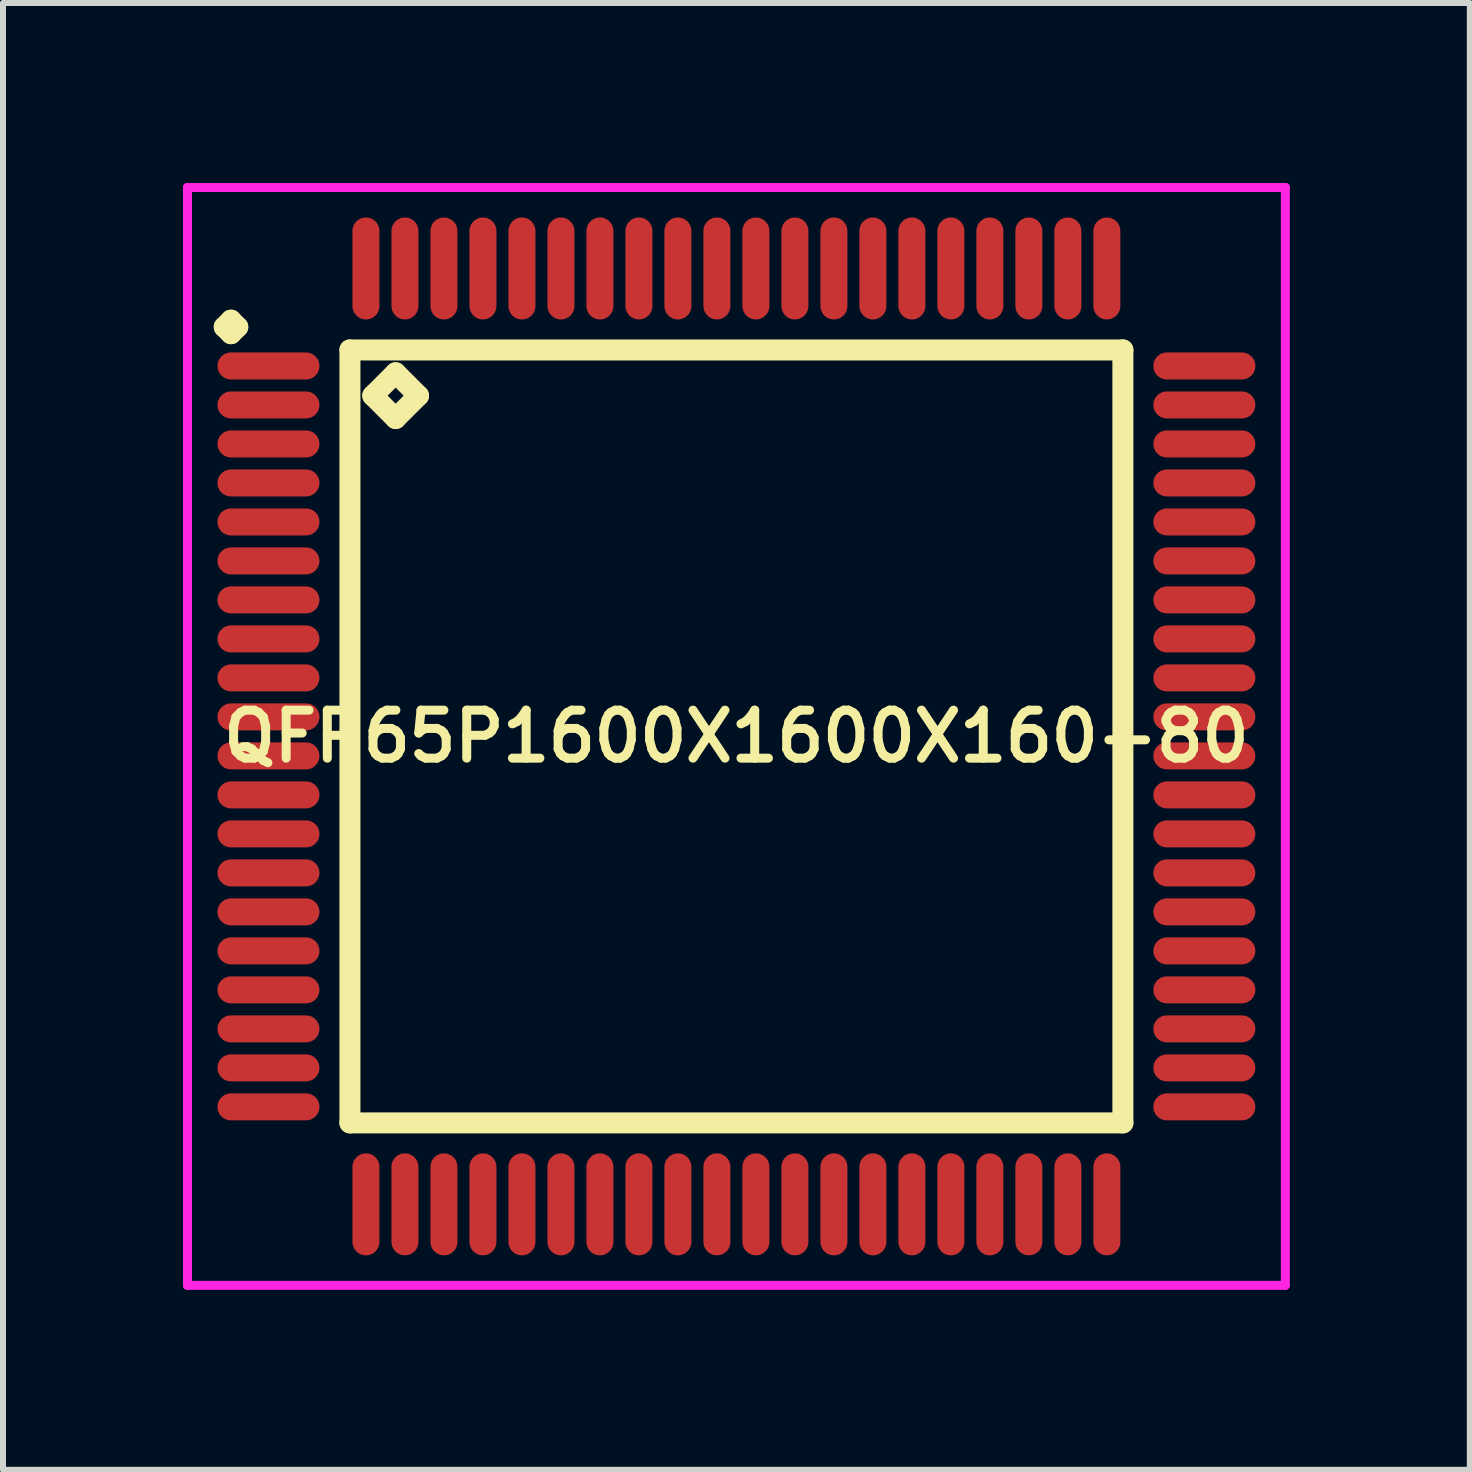
<source format=kicad_pcb>
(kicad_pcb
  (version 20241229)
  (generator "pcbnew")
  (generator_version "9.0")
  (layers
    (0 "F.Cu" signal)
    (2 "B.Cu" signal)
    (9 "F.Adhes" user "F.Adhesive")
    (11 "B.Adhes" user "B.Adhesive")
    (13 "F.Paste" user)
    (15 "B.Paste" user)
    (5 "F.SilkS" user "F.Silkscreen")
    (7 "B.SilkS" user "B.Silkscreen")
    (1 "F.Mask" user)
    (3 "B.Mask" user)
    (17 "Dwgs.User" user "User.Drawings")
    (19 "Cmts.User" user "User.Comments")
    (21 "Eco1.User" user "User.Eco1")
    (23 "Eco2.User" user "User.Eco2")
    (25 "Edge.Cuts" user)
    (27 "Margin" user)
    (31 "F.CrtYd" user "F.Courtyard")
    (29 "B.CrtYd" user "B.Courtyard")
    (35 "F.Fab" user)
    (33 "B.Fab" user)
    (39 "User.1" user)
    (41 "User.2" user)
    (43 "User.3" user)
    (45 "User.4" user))
  (footprint "QFP65P1600X1600X160-80"
    (layer "F.Cu")
    (at 9.225 9.225)
    (property "Reference" "QFP65P1600X1600X160-80" (at 0 0 0) (layer "F.SilkS") (effects (font (size 0.8 0.8) (thickness 0.15))))
    (attr through_hole)
    (fp_line (start -8.537 -6.825) (end -8.425 -6.938) (stroke (width 0.35) (type solid)) (layer "F.SilkS"))
    (fp_line (start -8.425 -6.938) (end -8.312 -6.825) (stroke (width 0.35) (type solid)) (layer "F.SilkS"))
    (fp_line (start -8.425 -6.713) (end -8.537 -6.825) (stroke (width 0.35) (type solid)) (layer "F.SilkS"))
    (fp_line (start -8.312 -6.825) (end -8.425 -6.713) (stroke (width 0.35) (type solid)) (layer "F.SilkS"))
    (fp_line (start -6.442 -6.442) (end -6.442 6.442) (stroke (width 0.35) (type solid)) (layer "F.SilkS"))
    (fp_line (start -6.442 6.442) (end 6.442 6.442) (stroke (width 0.35) (type solid)) (layer "F.SilkS"))
    (fp_line (start -6.061 -5.68) (end -5.68 -6.061) (stroke (width 0.35) (type solid)) (layer "F.SilkS"))
    (fp_line (start -5.68 -6.061) (end -5.299 -5.68) (stroke (width 0.35) (type solid)) (layer "F.SilkS"))
    (fp_line (start -5.68 -5.299) (end -6.061 -5.68) (stroke (width 0.35) (type solid)) (layer "F.SilkS"))
    (fp_line (start -5.299 -5.68) (end -5.68 -5.299) (stroke (width 0.35) (type solid)) (layer "F.SilkS"))
    (fp_line (start 6.442 -6.442) (end -6.442 -6.442) (stroke (width 0.35) (type solid)) (layer "F.SilkS"))
    (fp_line (start 6.442 6.442) (end 6.442 -6.442) (stroke (width 0.35) (type solid)) (layer "F.SilkS"))
    (fp_line (start -9.15 -9.15) (end 9.15 -9.15) (stroke (width 0.15) (type solid)) (layer "F.CrtYd"))
    (fp_line (start -9.15 9.15) (end -9.15 -9.15) (stroke (width 0.15) (type solid)) (layer "F.CrtYd"))
    (fp_line (start 9.15 -9.15) (end 9.15 9.15) (stroke (width 0.15) (type solid)) (layer "F.CrtYd"))
    (fp_line (start 9.15 9.15) (end -9.15 9.15) (stroke (width 0.15) (type solid)) (layer "F.CrtYd"))
    (pad "1" smd oval (at -7.8 -6.175) (size 1.7 0.45) (layers "F.Cu" "F.Mask" "F.Paste"))
    (pad "2" smd oval (at -7.8 -5.525) (size 1.7 0.45) (layers "F.Cu" "F.Mask" "F.Paste"))
    (pad "3" smd oval (at -7.8 -4.875) (size 1.7 0.45) (layers "F.Cu" "F.Mask" "F.Paste"))
    (pad "4" smd oval (at -7.8 -4.225) (size 1.7 0.45) (layers "F.Cu" "F.Mask" "F.Paste"))
    (pad "5" smd oval (at -7.8 -3.575) (size 1.7 0.45) (layers "F.Cu" "F.Mask" "F.Paste"))
    (pad "6" smd oval (at -7.8 -2.925) (size 1.7 0.45) (layers "F.Cu" "F.Mask" "F.Paste"))
    (pad "7" smd oval (at -7.8 -2.275) (size 1.7 0.45) (layers "F.Cu" "F.Mask" "F.Paste"))
    (pad "8" smd oval (at -7.8 -1.625) (size 1.7 0.45) (layers "F.Cu" "F.Mask" "F.Paste"))
    (pad "9" smd oval (at -7.8 -0.975) (size 1.7 0.45) (layers "F.Cu" "F.Mask" "F.Paste"))
    (pad "10" smd oval (at -7.8 -0.325) (size 1.7 0.45) (layers "F.Cu" "F.Mask" "F.Paste"))
    (pad "11" smd oval (at -7.8 0.325) (size 1.7 0.45) (layers "F.Cu" "F.Mask" "F.Paste"))
    (pad "12" smd oval (at -7.8 0.975) (size 1.7 0.45) (layers "F.Cu" "F.Mask" "F.Paste"))
    (pad "13" smd oval (at -7.8 1.625) (size 1.7 0.45) (layers "F.Cu" "F.Mask" "F.Paste"))
    (pad "14" smd oval (at -7.8 2.275) (size 1.7 0.45) (layers "F.Cu" "F.Mask" "F.Paste"))
    (pad "15" smd oval (at -7.8 2.925) (size 1.7 0.45) (layers "F.Cu" "F.Mask" "F.Paste"))
    (pad "16" smd oval (at -7.8 3.575) (size 1.7 0.45) (layers "F.Cu" "F.Mask" "F.Paste"))
    (pad "17" smd oval (at -7.8 4.225) (size 1.7 0.45) (layers "F.Cu" "F.Mask" "F.Paste"))
    (pad "18" smd oval (at -7.8 4.875) (size 1.7 0.45) (layers "F.Cu" "F.Mask" "F.Paste"))
    (pad "19" smd oval (at -7.8 5.525) (size 1.7 0.45) (layers "F.Cu" "F.Mask" "F.Paste"))
    (pad "20" smd oval (at -7.8 6.175) (size 1.7 0.45) (layers "F.Cu" "F.Mask" "F.Paste"))
    (pad "21" smd oval (at -6.175 7.8) (size 0.45 1.7) (layers "F.Cu" "F.Mask" "F.Paste"))
    (pad "22" smd oval (at -5.525 7.8) (size 0.45 1.7) (layers "F.Cu" "F.Mask" "F.Paste"))
    (pad "23" smd oval (at -4.875 7.8) (size 0.45 1.7) (layers "F.Cu" "F.Mask" "F.Paste"))
    (pad "24" smd oval (at -4.225 7.8) (size 0.45 1.7) (layers "F.Cu" "F.Mask" "F.Paste"))
    (pad "25" smd oval (at -3.575 7.8) (size 0.45 1.7) (layers "F.Cu" "F.Mask" "F.Paste"))
    (pad "26" smd oval (at -2.925 7.8) (size 0.45 1.7) (layers "F.Cu" "F.Mask" "F.Paste"))
    (pad "27" smd oval (at -2.275 7.8) (size 0.45 1.7) (layers "F.Cu" "F.Mask" "F.Paste"))
    (pad "28" smd oval (at -1.625 7.8) (size 0.45 1.7) (layers "F.Cu" "F.Mask" "F.Paste"))
    (pad "29" smd oval (at -0.975 7.8) (size 0.45 1.7) (layers "F.Cu" "F.Mask" "F.Paste"))
    (pad "30" smd oval (at -0.325 7.8) (size 0.45 1.7) (layers "F.Cu" "F.Mask" "F.Paste"))
    (pad "31" smd oval (at 0.325 7.8) (size 0.45 1.7) (layers "F.Cu" "F.Mask" "F.Paste"))
    (pad "32" smd oval (at 0.975 7.8) (size 0.45 1.7) (layers "F.Cu" "F.Mask" "F.Paste"))
    (pad "33" smd oval (at 1.625 7.8) (size 0.45 1.7) (layers "F.Cu" "F.Mask" "F.Paste"))
    (pad "34" smd oval (at 2.275 7.8) (size 0.45 1.7) (layers "F.Cu" "F.Mask" "F.Paste"))
    (pad "35" smd oval (at 2.925 7.8) (size 0.45 1.7) (layers "F.Cu" "F.Mask" "F.Paste"))
    (pad "36" smd oval (at 3.575 7.8) (size 0.45 1.7) (layers "F.Cu" "F.Mask" "F.Paste"))
    (pad "37" smd oval (at 4.225 7.8) (size 0.45 1.7) (layers "F.Cu" "F.Mask" "F.Paste"))
    (pad "38" smd oval (at 4.875 7.8) (size 0.45 1.7) (layers "F.Cu" "F.Mask" "F.Paste"))
    (pad "39" smd oval (at 5.525 7.8) (size 0.45 1.7) (layers "F.Cu" "F.Mask" "F.Paste"))
    (pad "40" smd oval (at 6.175 7.8) (size 0.45 1.7) (layers "F.Cu" "F.Mask" "F.Paste"))
    (pad "41" smd oval (at 7.8 6.175) (size 1.7 0.45) (layers "F.Cu" "F.Mask" "F.Paste"))
    (pad "42" smd oval (at 7.8 5.525) (size 1.7 0.45) (layers "F.Cu" "F.Mask" "F.Paste"))
    (pad "43" smd oval (at 7.8 4.875) (size 1.7 0.45) (layers "F.Cu" "F.Mask" "F.Paste"))
    (pad "44" smd oval (at 7.8 4.225) (size 1.7 0.45) (layers "F.Cu" "F.Mask" "F.Paste"))
    (pad "45" smd oval (at 7.8 3.575) (size 1.7 0.45) (layers "F.Cu" "F.Mask" "F.Paste"))
    (pad "46" smd oval (at 7.8 2.925) (size 1.7 0.45) (layers "F.Cu" "F.Mask" "F.Paste"))
    (pad "47" smd oval (at 7.8 2.275) (size 1.7 0.45) (layers "F.Cu" "F.Mask" "F.Paste"))
    (pad "48" smd oval (at 7.8 1.625) (size 1.7 0.45) (layers "F.Cu" "F.Mask" "F.Paste"))
    (pad "49" smd oval (at 7.8 0.975) (size 1.7 0.45) (layers "F.Cu" "F.Mask" "F.Paste"))
    (pad "50" smd oval (at 7.8 0.325) (size 1.7 0.45) (layers "F.Cu" "F.Mask" "F.Paste"))
    (pad "51" smd oval (at 7.8 -0.325) (size 1.7 0.45) (layers "F.Cu" "F.Mask" "F.Paste"))
    (pad "52" smd oval (at 7.8 -0.975) (size 1.7 0.45) (layers "F.Cu" "F.Mask" "F.Paste"))
    (pad "53" smd oval (at 7.8 -1.625) (size 1.7 0.45) (layers "F.Cu" "F.Mask" "F.Paste"))
    (pad "54" smd oval (at 7.8 -2.275) (size 1.7 0.45) (layers "F.Cu" "F.Mask" "F.Paste"))
    (pad "55" smd oval (at 7.8 -2.925) (size 1.7 0.45) (layers "F.Cu" "F.Mask" "F.Paste"))
    (pad "56" smd oval (at 7.8 -3.575) (size 1.7 0.45) (layers "F.Cu" "F.Mask" "F.Paste"))
    (pad "57" smd oval (at 7.8 -4.225) (size 1.7 0.45) (layers "F.Cu" "F.Mask" "F.Paste"))
    (pad "58" smd oval (at 7.8 -4.875) (size 1.7 0.45) (layers "F.Cu" "F.Mask" "F.Paste"))
    (pad "59" smd oval (at 7.8 -5.525) (size 1.7 0.45) (layers "F.Cu" "F.Mask" "F.Paste"))
    (pad "60" smd oval (at 7.8 -6.175) (size 1.7 0.45) (layers "F.Cu" "F.Mask" "F.Paste"))
    (pad "61" smd oval (at 6.175 -7.8) (size 0.45 1.7) (layers "F.Cu" "F.Mask" "F.Paste"))
    (pad "62" smd oval (at 5.525 -7.8) (size 0.45 1.7) (layers "F.Cu" "F.Mask" "F.Paste"))
    (pad "63" smd oval (at 4.875 -7.8) (size 0.45 1.7) (layers "F.Cu" "F.Mask" "F.Paste"))
    (pad "64" smd oval (at 4.225 -7.8) (size 0.45 1.7) (layers "F.Cu" "F.Mask" "F.Paste"))
    (pad "65" smd oval (at 3.575 -7.8) (size 0.45 1.7) (layers "F.Cu" "F.Mask" "F.Paste"))
    (pad "66" smd oval (at 2.925 -7.8) (size 0.45 1.7) (layers "F.Cu" "F.Mask" "F.Paste"))
    (pad "67" smd oval (at 2.275 -7.8) (size 0.45 1.7) (layers "F.Cu" "F.Mask" "F.Paste"))
    (pad "68" smd oval (at 1.625 -7.8) (size 0.45 1.7) (layers "F.Cu" "F.Mask" "F.Paste"))
    (pad "69" smd oval (at 0.975 -7.8) (size 0.45 1.7) (layers "F.Cu" "F.Mask" "F.Paste"))
    (pad "70" smd oval (at 0.325 -7.8) (size 0.45 1.7) (layers "F.Cu" "F.Mask" "F.Paste"))
    (pad "71" smd oval (at -0.325 -7.8) (size 0.45 1.7) (layers "F.Cu" "F.Mask" "F.Paste"))
    (pad "72" smd oval (at -0.975 -7.8) (size 0.45 1.7) (layers "F.Cu" "F.Mask" "F.Paste"))
    (pad "73" smd oval (at -1.625 -7.8) (size 0.45 1.7) (layers "F.Cu" "F.Mask" "F.Paste"))
    (pad "74" smd oval (at -2.275 -7.8) (size 0.45 1.7) (layers "F.Cu" "F.Mask" "F.Paste"))
    (pad "75" smd oval (at -2.925 -7.8) (size 0.45 1.7) (layers "F.Cu" "F.Mask" "F.Paste"))
    (pad "76" smd oval (at -3.575 -7.8) (size 0.45 1.7) (layers "F.Cu" "F.Mask" "F.Paste"))
    (pad "77" smd oval (at -4.225 -7.8) (size 0.45 1.7) (layers "F.Cu" "F.Mask" "F.Paste"))
    (pad "78" smd oval (at -4.875 -7.8) (size 0.45 1.7) (layers "F.Cu" "F.Mask" "F.Paste"))
    (pad "79" smd oval (at -5.525 -7.8) (size 0.45 1.7) (layers "F.Cu" "F.Mask" "F.Paste"))
    (pad "80" smd oval (at -6.175 -7.8) (size 0.45 1.7) (layers "F.Cu" "F.Mask" "F.Paste")))
  (gr_rect
    (start -3 -3)
    (end 21.45 21.45)
    (stroke (width 0.1) (type default))
    (fill no)
    (layer "Edge.Cuts")))
</source>
